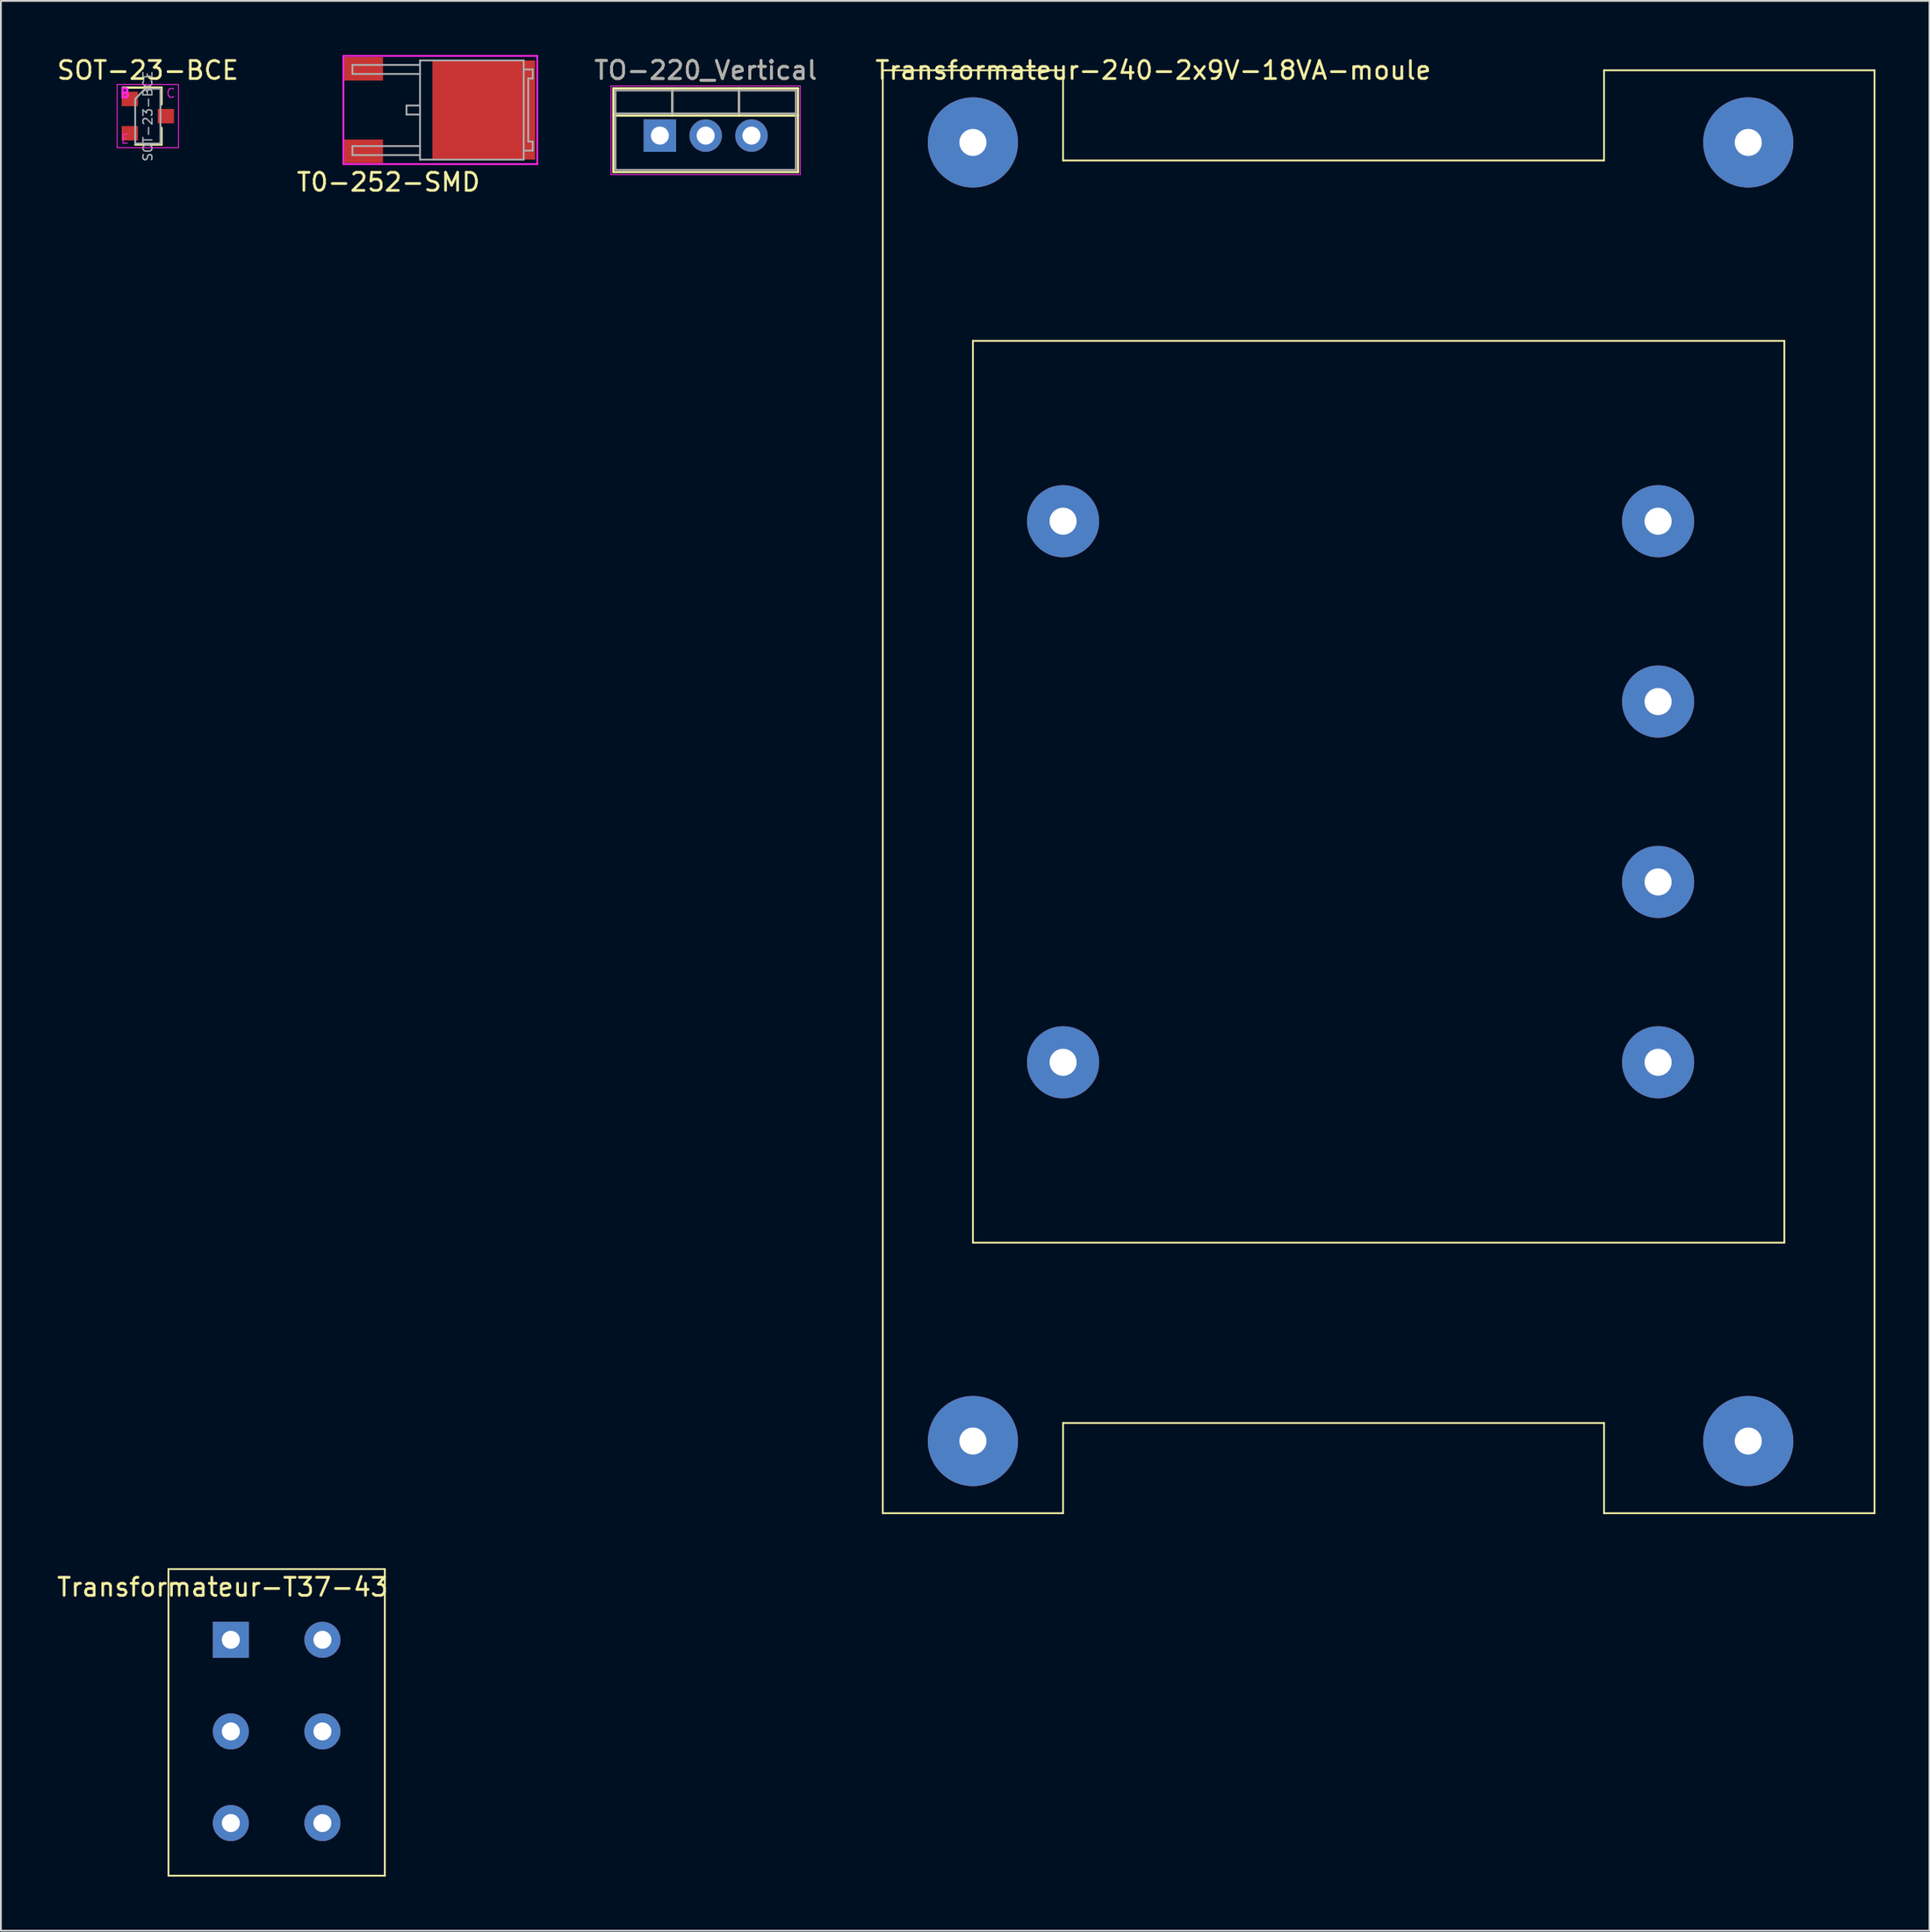
<source format=kicad_pcb>
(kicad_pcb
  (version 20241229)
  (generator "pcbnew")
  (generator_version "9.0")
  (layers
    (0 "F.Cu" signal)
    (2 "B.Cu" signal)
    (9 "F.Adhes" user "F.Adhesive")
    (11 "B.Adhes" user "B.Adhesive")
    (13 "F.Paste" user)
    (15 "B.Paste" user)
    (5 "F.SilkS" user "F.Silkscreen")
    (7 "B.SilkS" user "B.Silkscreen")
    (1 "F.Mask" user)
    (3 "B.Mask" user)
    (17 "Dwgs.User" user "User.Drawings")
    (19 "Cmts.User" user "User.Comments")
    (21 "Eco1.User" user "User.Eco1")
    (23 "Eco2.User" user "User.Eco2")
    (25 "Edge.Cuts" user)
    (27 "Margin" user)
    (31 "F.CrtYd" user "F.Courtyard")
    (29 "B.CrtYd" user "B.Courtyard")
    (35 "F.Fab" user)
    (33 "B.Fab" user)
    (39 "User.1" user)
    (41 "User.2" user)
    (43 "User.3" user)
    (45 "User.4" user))
  (footprint "Transformateur-T37-43"
    (layer "F.Cu")
    (at 12.292 92.948)
    (property "Reference" "Transformateur-T37-43" (at -3 -8 0) (layer "F.SilkS") (effects (font (size 1 1) (thickness 0.15))))
    (attr through_hole)
    (fp_line (start -6 -9) (end 6 -9) (stroke (width 0.1) (type solid)) (layer "F.SilkS"))
    (fp_line (start -6 8) (end -6 -9) (stroke (width 0.1) (type solid)) (layer "F.SilkS"))
    (fp_line (start 6 -9) (end 6 8) (stroke (width 0.1) (type solid)) (layer "F.SilkS"))
    (fp_line (start 6 8) (end -6 8) (stroke (width 0.1) (type solid)) (layer "F.SilkS"))
    (pad "1" thru_hole rect (at -2.54 -5.08) (size 2 2) (drill 1) (layers "*.Cu" "*.Mask"))
    (pad "2" thru_hole circle (at 2.54 -5.08) (size 2 2) (drill 1) (layers "*.Cu" "*.Mask"))
    (pad "3" thru_hole circle (at -2.54 0) (size 2 2) (drill 1) (layers "*.Cu" "*.Mask"))
    (pad "4" thru_hole circle (at 2.54 5.08) (size 2 2) (drill 1) (layers "*.Cu" "*.Mask"))
    (pad "5" thru_hole circle (at 2.54 0) (size 2 2) (drill 1) (layers "*.Cu" "*.Mask"))
    (pad "6" thru_hole circle (at -2.54 5.08) (size 2 2) (drill 1) (layers "*.Cu" "*.Mask")))
  (footprint "SOT-23-BCE"
    (layer "F.Cu")
    (at 5.149 3.388)
    (property "Reference" "SOT-23-BCE" (at 0 -2.54 0) (layer "F.SilkS") (effects (font (size 1 1) (thickness 0.15))))
    (attr smd)
    (fp_line (start 0.76 -1.58) (end -1.4 -1.58) (stroke (width 0.12) (type solid)) (layer "F.SilkS"))
    (fp_line (start 0.76 -1.58) (end 0.76 -0.65) (stroke (width 0.12) (type solid)) (layer "F.SilkS"))
    (fp_line (start 0.76 1.58) (end -0.7 1.58) (stroke (width 0.12) (type solid)) (layer "F.SilkS"))
    (fp_line (start 0.76 1.58) (end 0.76 0.65) (stroke (width 0.12) (type solid)) (layer "F.SilkS"))
    (fp_line (start -1.7 -1.75) (end 1.7 -1.75) (stroke (width 0.05) (type solid)) (layer "F.CrtYd"))
    (fp_line (start -1.7 1.75) (end -1.7 -1.75) (stroke (width 0.05) (type solid)) (layer "F.CrtYd"))
    (fp_line (start 1.7 -1.75) (end 1.7 1.75) (stroke (width 0.05) (type solid)) (layer "F.CrtYd"))
    (fp_line (start 1.7 1.75) (end -1.7 1.75) (stroke (width 0.05) (type solid)) (layer "F.CrtYd"))
    (fp_line (start -0.7 -0.95) (end -0.7 1.5) (stroke (width 0.1) (type solid)) (layer "F.Fab"))
    (fp_line (start -0.7 -0.95) (end -0.15 -1.52) (stroke (width 0.1) (type solid)) (layer "F.Fab"))
    (fp_line (start -0.7 1.52) (end 0.7 1.52) (stroke (width 0.1) (type solid)) (layer "F.Fab"))
    (fp_line (start -0.15 -1.52) (end 0.7 -1.52) (stroke (width 0.1) (type solid)) (layer "F.Fab"))
    (fp_line (start 0.7 -1.52) (end 0.7 1.52) (stroke (width 0.1) (type solid)) (layer "F.Fab"))
    (fp_text user "E" (at -1.27 1.27 0) (layer "F.CrtYd") (effects (font (size 0.5 0.5) (thickness 0.05))))
    (fp_text user "C" (at 1.27 -1.27 0) (layer "F.CrtYd") (effects (font (size 0.5 0.5) (thickness 0.05))))
    (fp_text user "B" (at -1.27 -1.27 0) (layer "F.CrtYd") (effects (font (size 0.5 0.5) (thickness 0.125))))
    (fp_text user "${REFERENCE}" (at 0 0 90) (layer "F.Fab") (effects (font (size 0.5 0.5) (thickness 0.075))))
    (pad "1" smd rect (at -1 -0.95) (size 0.9 0.8) (layers "F.Cu" "F.Mask" "F.Paste"))
    (pad "2" smd rect (at 1 0) (size 0.9 0.8) (layers "F.Cu" "F.Mask" "F.Paste"))
    (pad "3" smd rect (at -1 0.95) (size 0.9 0.8) (layers "F.Cu" "F.Mask" "F.Paste")))
  (footprint "Transformateur-240-2x9V-18VA-moule"
    (layer "F.Cu")
    (at 55.907 25.848)
    (property "Reference" "Transformateur-240-2x9V-18VA-moule" (at 5 -25 0) (layer "F.SilkS") (effects (font (size 1 1) (thickness 0.15))))
    (attr through_hole)
    (fp_line (start -10 -25) (end 0 -25) (stroke (width 0.1) (type solid)) (layer "F.SilkS"))
    (fp_line (start -10 55) (end -10 -25) (stroke (width 0.1) (type solid)) (layer "F.SilkS"))
    (fp_line (start -5 -10) (end 40 -10) (stroke (width 0.1) (type solid)) (layer "F.SilkS"))
    (fp_line (start -5 40) (end -5 -10) (stroke (width 0.1) (type solid)) (layer "F.SilkS"))
    (fp_line (start 0 -25) (end 0 -20) (stroke (width 0.1) (type solid)) (layer "F.SilkS"))
    (fp_line (start 0 -20) (end 30 -20) (stroke (width 0.1) (type solid)) (layer "F.SilkS"))
    (fp_line (start 0 50) (end 0 55) (stroke (width 0.1) (type solid)) (layer "F.SilkS"))
    (fp_line (start 0 55) (end -10 55) (stroke (width 0.1) (type solid)) (layer "F.SilkS"))
    (fp_line (start 30 -25) (end 45 -25) (stroke (width 0.1) (type solid)) (layer "F.SilkS"))
    (fp_line (start 30 -20) (end 30 -25) (stroke (width 0.1) (type solid)) (layer "F.SilkS"))
    (fp_line (start 30 50) (end 0 50) (stroke (width 0.1) (type solid)) (layer "F.SilkS"))
    (fp_line (start 30 55) (end 30 50) (stroke (width 0.1) (type solid)) (layer "F.SilkS"))
    (fp_line (start 40 -10) (end 40 40) (stroke (width 0.1) (type solid)) (layer "F.SilkS"))
    (fp_line (start 40 40) (end -5 40) (stroke (width 0.1) (type solid)) (layer "F.SilkS"))
    (fp_line (start 45 -25) (end 45 55) (stroke (width 0.1) (type solid)) (layer "F.SilkS"))
    (fp_line (start 45 55) (end 30 55) (stroke (width 0.1) (type solid)) (layer "F.SilkS"))
    (pad "1" thru_hole circle (at 0 0 90) (size 4 4) (drill 1.5) (layers "*.Cu" "*.Mask"))
    (pad "2" thru_hole circle (at 33 0 90) (size 4 4) (drill 1.5) (layers "*.Cu" "*.Mask"))
    (pad "3" thru_hole circle (at 33 20 90) (size 4 4) (drill 1.5) (layers "*.Cu" "*.Mask"))
    (pad "4" thru_hole circle (at 33 30 90) (size 4 4) (drill 1.5) (layers "*.Cu" "*.Mask"))
    (pad "5" thru_hole circle (at 33 10 90) (size 4 4) (drill 1.5) (layers "*.Cu" "*.Mask"))
    (pad "6" thru_hole circle (at 0 30 90) (size 4 4) (drill 1.5) (layers "*.Cu" "*.Mask"))
    (pad "7" thru_hole circle (at -5 -21 90) (size 5 5) (drill 1.5) (layers "*.Cu" "*.Mask"))
    (pad "8" thru_hole circle (at 38 -21 90) (size 5 5) (drill 1.5) (layers "*.Cu" "*.Mask"))
    (pad "9" thru_hole circle (at -5 51 90) (size 5 5) (drill 1.5) (layers "*.Cu" "*.Mask"))
    (pad "10" thru_hole circle (at 38 51 90) (size 5 5) (drill 1.5) (layers "*.Cu" "*.Mask")))
  (footprint "T0-252-SMD"
    (layer "F.Cu")
    (at 21.494 3.05)
    (property "Reference" "T0-252-SMD" (at -3 4 0) (layer "F.SilkS") (effects (font (size 1 1) (thickness 0.15))))
    (attr through_hole)
    (fp_line (start -5.5 -3) (end 5.25 -3) (stroke (width 0.1) (type solid)) (layer "F.CrtYd"))
    (fp_line (start -5.5 3) (end -5.5 -3) (stroke (width 0.1) (type solid)) (layer "F.CrtYd"))
    (fp_line (start 5.25 -3) (end 5.25 3) (stroke (width 0.1) (type solid)) (layer "F.CrtYd"))
    (fp_line (start 5.25 3) (end -5.5 3) (stroke (width 0.1) (type solid)) (layer "F.CrtYd"))
    (fp_line (start -5 -2.5) (end -5 -2) (stroke (width 0.1) (type solid)) (layer "F.Fab"))
    (fp_line (start -5 -2) (end -1.25 -2) (stroke (width 0.1) (type solid)) (layer "F.Fab"))
    (fp_line (start -5 2) (end -5 2.5) (stroke (width 0.1) (type solid)) (layer "F.Fab"))
    (fp_line (start -5 2.5) (end -1.25 2.5) (stroke (width 0.1) (type solid)) (layer "F.Fab"))
    (fp_line (start -2 -0.25) (end -2 0.25) (stroke (width 0.1) (type solid)) (layer "F.Fab"))
    (fp_line (start -2 0.25) (end -1.25 0.25) (stroke (width 0.1) (type solid)) (layer "F.Fab"))
    (fp_line (start -1.25 -2.75) (end 4.5 -2.75) (stroke (width 0.1) (type solid)) (layer "F.Fab"))
    (fp_line (start -1.25 -2.5) (end -5 -2.5) (stroke (width 0.1) (type solid)) (layer "F.Fab"))
    (fp_line (start -1.25 -0.25) (end -2 -0.25) (stroke (width 0.1) (type solid)) (layer "F.Fab"))
    (fp_line (start -1.25 2) (end -5 2) (stroke (width 0.1) (type solid)) (layer "F.Fab"))
    (fp_line (start -1.25 2.75) (end -1.25 -2.75) (stroke (width 0.1) (type solid)) (layer "F.Fab"))
    (fp_line (start 4.5 -2.75) (end 4.5 2.75) (stroke (width 0.1) (type solid)) (layer "F.Fab"))
    (fp_line (start 4.5 -2.25) (end 5 -2.25) (stroke (width 0.1) (type solid)) (layer "F.Fab"))
    (fp_line (start 4.5 2.25) (end 5 2.25) (stroke (width 0.1) (type solid)) (layer "F.Fab"))
    (fp_line (start 4.5 2.75) (end -1.25 2.75) (stroke (width 0.1) (type solid)) (layer "F.Fab"))
    (fp_line (start 4.75 1.75) (end 4.75 -1.75) (stroke (width 0.1) (type solid)) (layer "F.Fab"))
    (fp_line (start 5 -2.25) (end 5 -1.75) (stroke (width 0.1) (type solid)) (layer "F.Fab"))
    (fp_line (start 5 -1.75) (end 4.75 -1.75) (stroke (width 0.1) (type solid)) (layer "F.Fab"))
    (fp_line (start 5 1.75) (end 4.75 1.75) (stroke (width 0.1) (type solid)) (layer "F.Fab"))
    (fp_line (start 5 2.25) (end 5 1.75) (stroke (width 0.1) (type solid)) (layer "F.Fab"))
    (pad "1" smd rect (at -4.38 -2.285) (size 2.15 1.3) (layers "F.Cu" "F.Mask" "F.Paste"))
    (pad "2" smd rect (at 2.285 0) (size 5.7 5.5) (layers "F.Cu" "F.Mask" "F.Paste"))
    (pad "3" smd rect (at -4.38 2.285) (size 2.15 1.3) (layers "F.Cu" "F.Mask" "F.Paste")))
  (footprint "TO-220_Vertical"
    (layer "F.Cu")
    (at 33.546 4.468)
    (property "Reference" "TO-220_Vertical" (at 2.54 -3.62 0) (layer "F.SilkS") (effects (font (size 1 1) (thickness 0.15))))
    (attr through_hole)
    (fp_line (start -2.58 -2.62) (end -2.58 2.021) (stroke (width 0.12) (type solid)) (layer "F.SilkS"))
    (fp_line (start -2.58 -2.62) (end 7.66 -2.62) (stroke (width 0.12) (type solid)) (layer "F.SilkS"))
    (fp_line (start -2.58 -1.11) (end 7.66 -1.11) (stroke (width 0.12) (type solid)) (layer "F.SilkS"))
    (fp_line (start -2.58 2.021) (end 7.66 2.021) (stroke (width 0.12) (type solid)) (layer "F.SilkS"))
    (fp_line (start 0.69 -2.62) (end 0.69 -1.11) (stroke (width 0.12) (type solid)) (layer "F.SilkS"))
    (fp_line (start 4.391 -2.62) (end 4.391 -1.11) (stroke (width 0.12) (type solid)) (layer "F.SilkS"))
    (fp_line (start 7.66 -2.62) (end 7.66 2.021) (stroke (width 0.12) (type solid)) (layer "F.SilkS"))
    (fp_line (start -2.71 -2.75) (end -2.71 2.16) (stroke (width 0.05) (type solid)) (layer "F.CrtYd"))
    (fp_line (start -2.71 2.16) (end 7.79 2.16) (stroke (width 0.05) (type solid)) (layer "F.CrtYd"))
    (fp_line (start 7.79 -2.75) (end -2.71 -2.75) (stroke (width 0.05) (type solid)) (layer "F.CrtYd"))
    (fp_line (start 7.79 2.16) (end 7.79 -2.75) (stroke (width 0.05) (type solid)) (layer "F.CrtYd"))
    (fp_line (start -2.46 -2.5) (end -2.46 1.9) (stroke (width 0.1) (type solid)) (layer "F.Fab"))
    (fp_line (start -2.46 -1.23) (end 7.54 -1.23) (stroke (width 0.1) (type solid)) (layer "F.Fab"))
    (fp_line (start -2.46 1.9) (end 7.54 1.9) (stroke (width 0.1) (type solid)) (layer "F.Fab"))
    (fp_line (start 0.69 -2.5) (end 0.69 -1.23) (stroke (width 0.1) (type solid)) (layer "F.Fab"))
    (fp_line (start 4.39 -2.5) (end 4.39 -1.23) (stroke (width 0.1) (type solid)) (layer "F.Fab"))
    (fp_line (start 7.54 -2.5) (end -2.46 -2.5) (stroke (width 0.1) (type solid)) (layer "F.Fab"))
    (fp_line (start 7.54 1.9) (end 7.54 -2.5) (stroke (width 0.1) (type solid)) (layer "F.Fab"))
    (fp_text user "${REFERENCE}" (at 2.54 -3.62 0) (layer "F.Fab") (effects (font (size 1 1) (thickness 0.15))))
    (pad "1" thru_hole rect (at 0 0) (size 1.8 1.8) (drill 1) (layers "*.Cu" "*.Mask"))
    (pad "2" thru_hole oval (at 2.54 0) (size 1.8 1.8) (drill 1) (layers "*.Cu" "*.Mask"))
    (pad "3" thru_hole oval (at 5.08 0) (size 1.8 1.8) (drill 1) (layers "*.Cu" "*.Mask")))
  (gr_rect
    (start -3 -3)
    (end 103.957 103.998)
    (stroke (width 0.1) (type default))
    (fill no)
    (layer "Edge.Cuts")))
</source>
